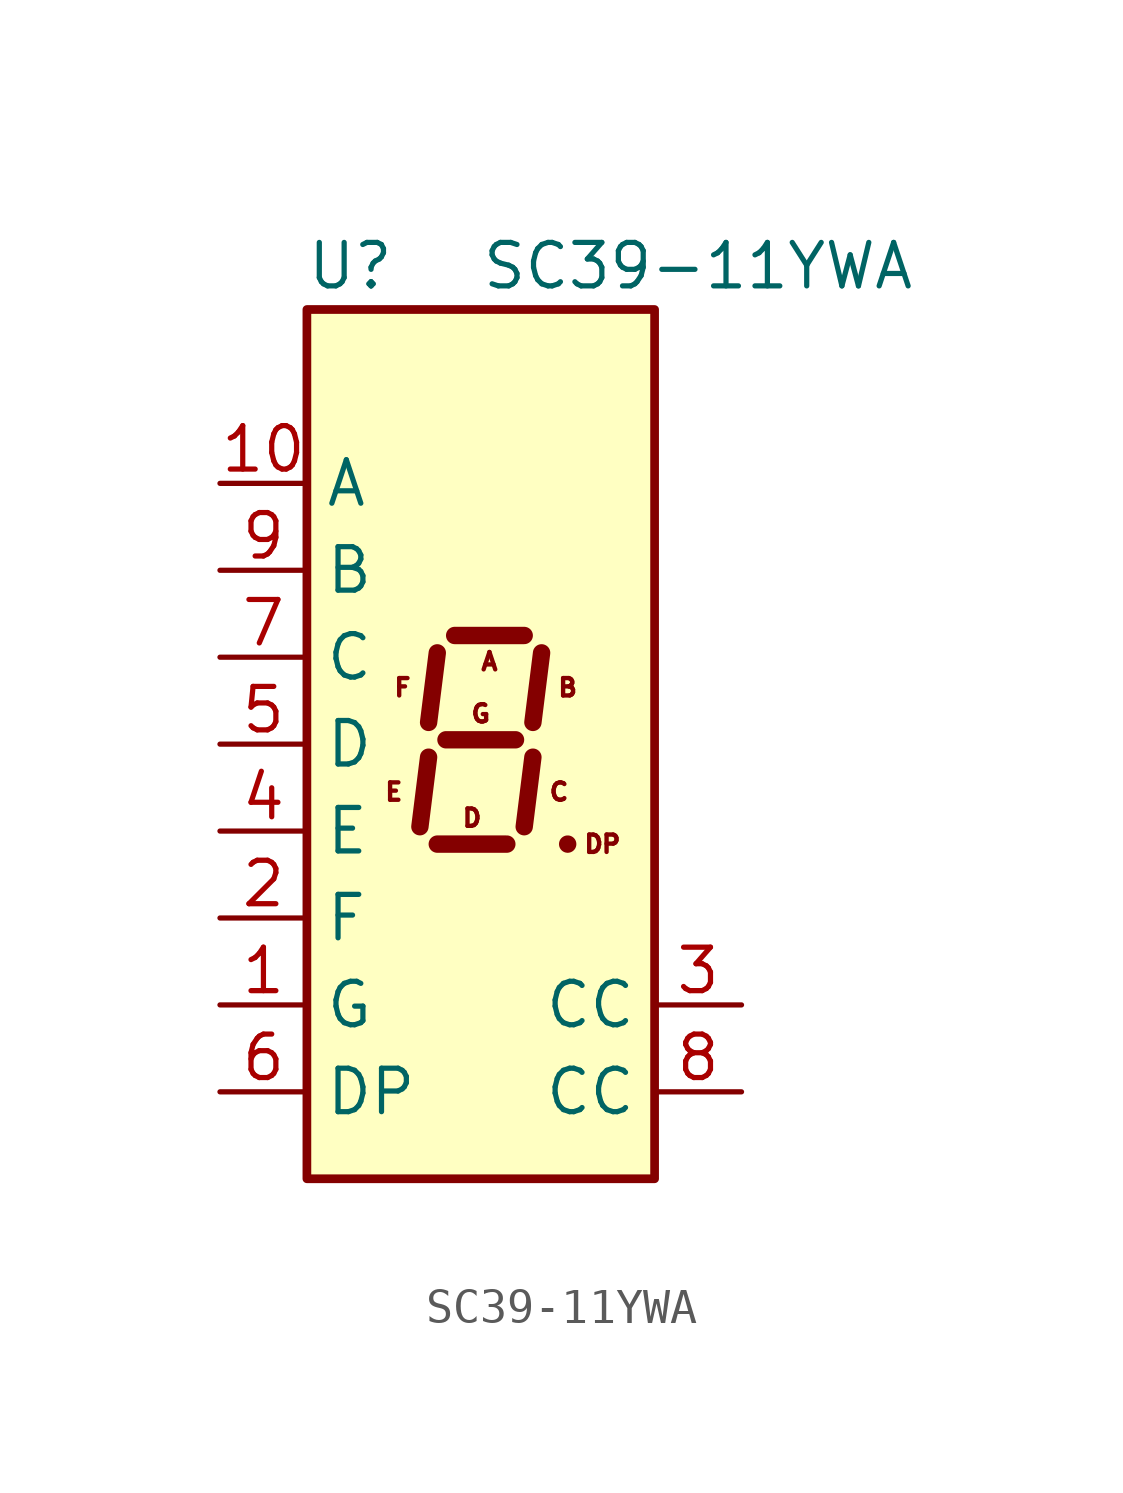
<source format=kicad_sym>
(kicad_symbol_lib
  (version 20211014)
  (generator kicad_symbol_editor)
  (symbol "SC39-11YWA"
    (property "Reference" "U"
      (at -3.81 13.97 0)
      (effects (font (size 1.27 1.27))))
    (property "Value" "SC39-11YWA"
      (at 6.35 13.97 0)
      (effects (font (size 1.27 1.27))))
    (symbol "SC39-11YWA_1_0"
      (text "A" (at 0.254 2.413 0) (effects (font (size 0.508 0.508))))
      (text "B" (at 2.54 1.651 0) (effects (font (size 0.508 0.508))))
      (text "C" (at 2.286 -1.397 0) (effects (font (size 0.508 0.508))))
      (text "D" (at -0.254 -2.159 0) (effects (font (size 0.508 0.508))))
      (text "DP" (at 3.556 -2.921 0) (effects (font (size 0.508 0.508))))
      (text "E" (at -2.54 -1.397 0) (effects (font (size 0.508 0.508))))
      (text "F" (at -2.286 1.651 0) (effects (font (size 0.508 0.508))))
      (text "G" (at 0 0.889 0) (effects (font (size 0.508 0.508)))))
    (symbol "SC39-11YWA_1_1"
      (rectangle (start -5.08 12.7) (end 5.08 -12.7) (stroke (width 0.254) (type default) (color 0 0 0 0)) (fill (type background)))
      (polyline (pts (xy -1.524 -0.381) (xy -1.778 -2.413)) (stroke (width 0.508) (type default) (color 0 0 0 0)) (fill (type none)))
      (polyline (pts (xy -1.27 -2.921) (xy 0.762 -2.921)) (stroke (width 0.508) (type default) (color 0 0 0 0)) (fill (type none)))
      (polyline (pts (xy -1.27 2.667) (xy -1.524 0.635)) (stroke (width 0.508) (type default) (color 0 0 0 0)) (fill (type none)))
      (polyline (pts (xy -1.016 0.127) (xy 1.016 0.127)) (stroke (width 0.508) (type default) (color 0 0 0 0)) (fill (type none)))
      (polyline (pts (xy -0.762 3.175) (xy 1.27 3.175)) (stroke (width 0.508) (type default) (color 0 0 0 0)) (fill (type none)))
      (polyline (pts (xy 1.524 -0.381) (xy 1.27 -2.413)) (stroke (width 0.508) (type default) (color 0 0 0 0)) (fill (type none)))
      (polyline (pts (xy 1.778 2.667) (xy 1.524 0.635)) (stroke (width 0.508) (type default) (color 0 0 0 0)) (fill (type none)))
      (polyline (pts (xy 2.54 -2.921) (xy 2.54 -2.921)) (stroke (width 0.508) (type default) (color 0 0 0 0)) (fill (type none)))
      (pin input line (at -7.62 -7.62 0) (length 2.54) (name "G" (effects (font (size 1.27 1.27)))) (number "1" (effects (font (size 1.27 1.27)))))
      (pin input line (at -7.62 7.62 0) (length 2.54) (name "A" (effects (font (size 1.27 1.27)))) (number "10" (effects (font (size 1.27 1.27)))))
      (pin input line (at -7.62 -5.08 0) (length 2.54) (name "F" (effects (font (size 1.27 1.27)))) (number "2" (effects (font (size 1.27 1.27)))))
      (pin input line (at 7.62 -7.62 180) (length 2.54) (name "CC" (effects (font (size 1.27 1.27)))) (number "3" (effects (font (size 1.27 1.27)))))
      (pin input line (at -7.62 -2.54 0) (length 2.54) (name "E" (effects (font (size 1.27 1.27)))) (number "4" (effects (font (size 1.27 1.27)))))
      (pin input line (at -7.62 0 0) (length 2.54) (name "D" (effects (font (size 1.27 1.27)))) (number "5" (effects (font (size 1.27 1.27)))))
      (pin input line (at -7.62 -10.16 0) (length 2.54) (name "DP" (effects (font (size 1.27 1.27)))) (number "6" (effects (font (size 1.27 1.27)))))
      (pin input line (at -7.62 2.54 0) (length 2.54) (name "C" (effects (font (size 1.27 1.27)))) (number "7" (effects (font (size 1.27 1.27)))))
      (pin input line (at 7.62 -10.16 180) (length 2.54) (name "CC" (effects (font (size 1.27 1.27)))) (number "8" (effects (font (size 1.27 1.27)))))
      (pin input line (at -7.62 5.08 0) (length 2.54) (name "B" (effects (font (size 1.27 1.27)))) (number "9" (effects (font (size 1.27 1.27))))))))
</source>
